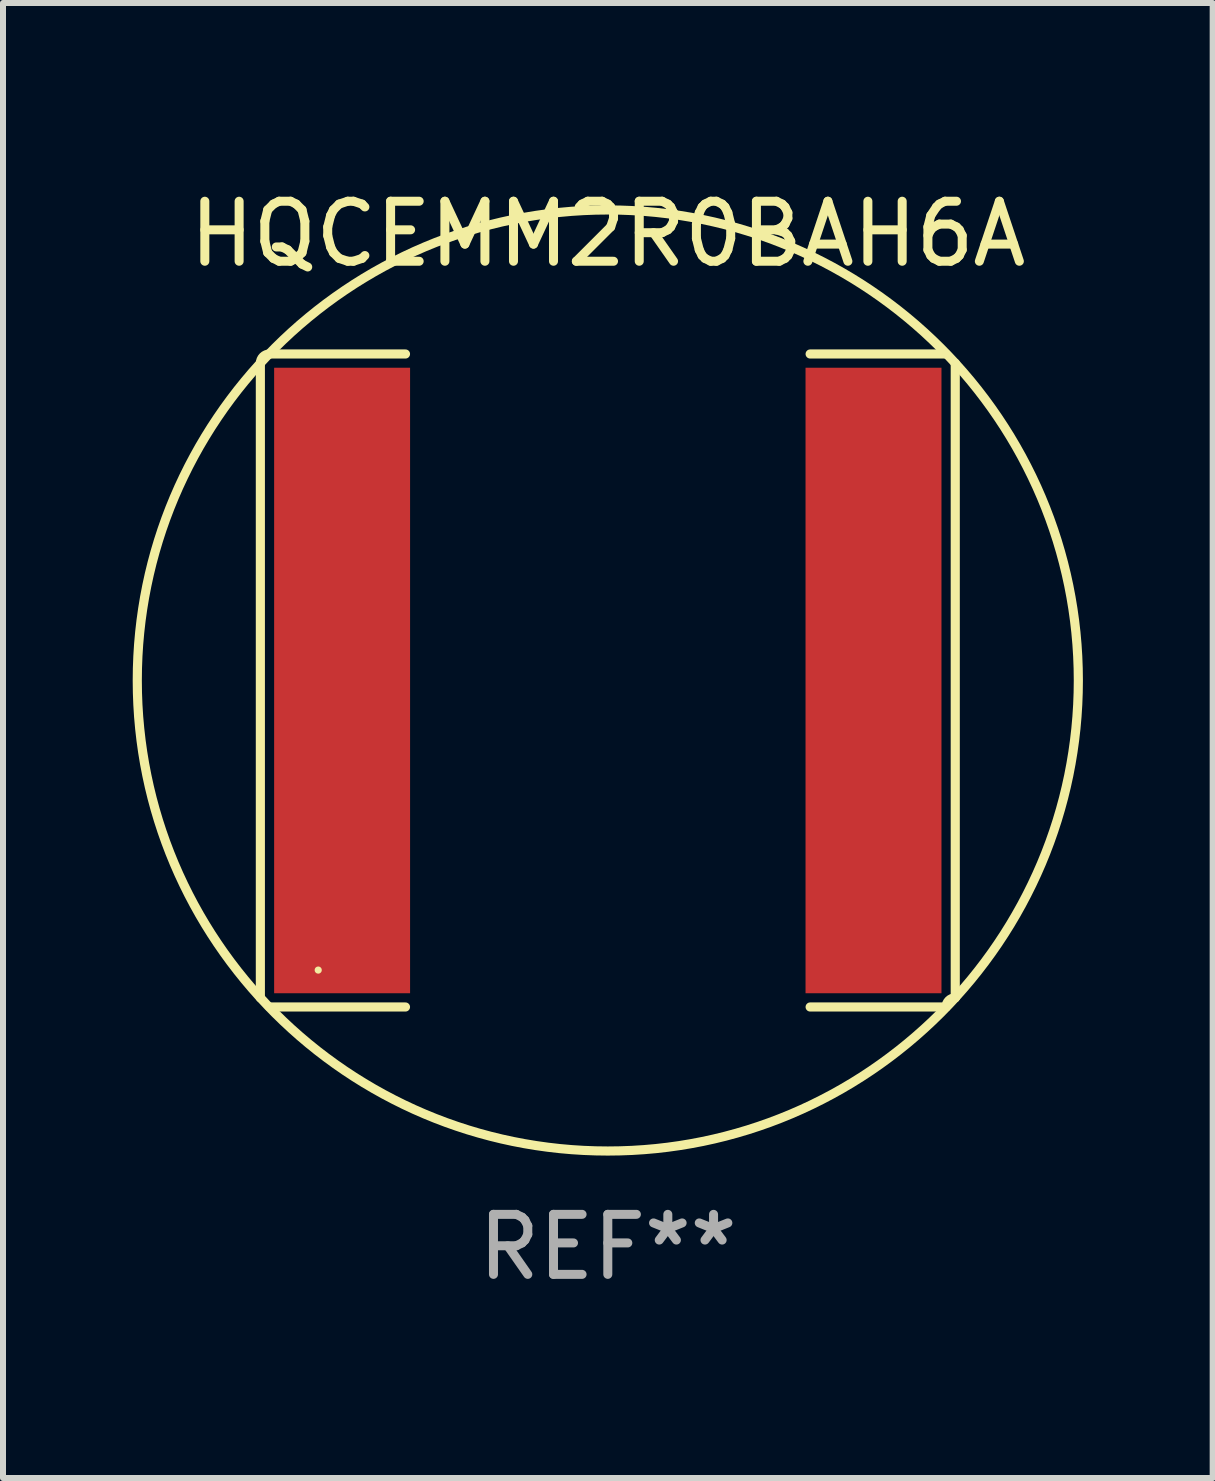
<source format=kicad_pcb>
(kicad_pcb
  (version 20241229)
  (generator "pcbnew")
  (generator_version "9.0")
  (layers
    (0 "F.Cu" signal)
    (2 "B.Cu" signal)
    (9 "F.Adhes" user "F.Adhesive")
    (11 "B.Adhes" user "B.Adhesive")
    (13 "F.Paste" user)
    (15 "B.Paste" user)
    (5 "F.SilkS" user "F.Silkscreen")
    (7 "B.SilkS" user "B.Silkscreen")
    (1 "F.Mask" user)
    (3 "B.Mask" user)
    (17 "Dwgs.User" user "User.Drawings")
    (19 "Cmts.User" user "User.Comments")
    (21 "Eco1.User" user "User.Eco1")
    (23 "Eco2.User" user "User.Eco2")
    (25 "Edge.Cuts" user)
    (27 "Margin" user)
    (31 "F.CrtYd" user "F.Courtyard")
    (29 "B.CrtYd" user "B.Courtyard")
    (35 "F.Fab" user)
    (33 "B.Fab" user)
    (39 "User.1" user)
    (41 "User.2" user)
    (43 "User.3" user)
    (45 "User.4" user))
  (footprint "HQCEMM2R0BAH6A"
    (layer "F.Cu")
    (at 7.077 8.288)
    (property "Reference" "HQCEMM2R0BAH6A" (at 0 -7.44 0) (layer "F.SilkS") (effects (font (size 1 1) (thickness 0.15))))
    (attr through_hole)
    (fp_line (start -5.789 -5.287) (end -5.789 5.287) (stroke (width 0.152) (type solid)) (layer "F.SilkS"))
    (fp_line (start -5.636 5.44) (end -3.371 5.44) (stroke (width 0.152) (type solid)) (layer "F.SilkS"))
    (fp_line (start -3.371 -5.44) (end -5.636 -5.44) (stroke (width 0.152) (type solid)) (layer "F.SilkS"))
    (fp_line (start 3.371 -5.44) (end 5.636 -5.44) (stroke (width 0.152) (type solid)) (layer "F.SilkS"))
    (fp_line (start 5.636 5.44) (end 3.371 5.44) (stroke (width 0.152) (type solid)) (layer "F.SilkS"))
    (fp_line (start 5.789 -5.287) (end 5.789 5.287) (stroke (width 0.152) (type solid)) (layer "F.SilkS"))
    (fp_arc (start -5.7886 -5.287201) (mid -5.743963 -5.394964) (end -5.6362 -5.439601) (stroke (width 0.1524) (type solid)) (layer "F.SilkS"))
    (fp_arc (start -5.7886 5.287201) (mid 5.788578 -5.287179) (end -5.7886 5.287201) (stroke (width 0.1524) (type solid)) (layer "F.SilkS"))
    (fp_arc (start 5.6362 5.439601) (mid 5.680837 5.331838) (end 5.7886 5.287201) (stroke (width 0.1524) (type solid)) (layer "F.SilkS"))
    (fp_circle (center -4.825 4.825) (end -4.795 4.825) (stroke (width 0.06) (type solid)) (fill no) (layer "F.SilkS"))
    (fp_text user "REF**" (at 0 9.44 0) (layer "F.Fab") (effects (font (size 1 1) (thickness 0.15))))
    (pad "1" smd rect (at -4.427 0) (size 2.265 10.422) (layers "F.Cu" "F.Mask" "F.Paste"))
    (pad "2" smd rect (at 4.427 0) (size 2.265 10.422) (layers "F.Cu" "F.Mask" "F.Paste")))
  (gr_rect
    (start -3 -3)
    (end 17.155 21.576)
    (stroke (width 0.1) (type default))
    (fill no)
    (layer "Edge.Cuts")))
</source>
